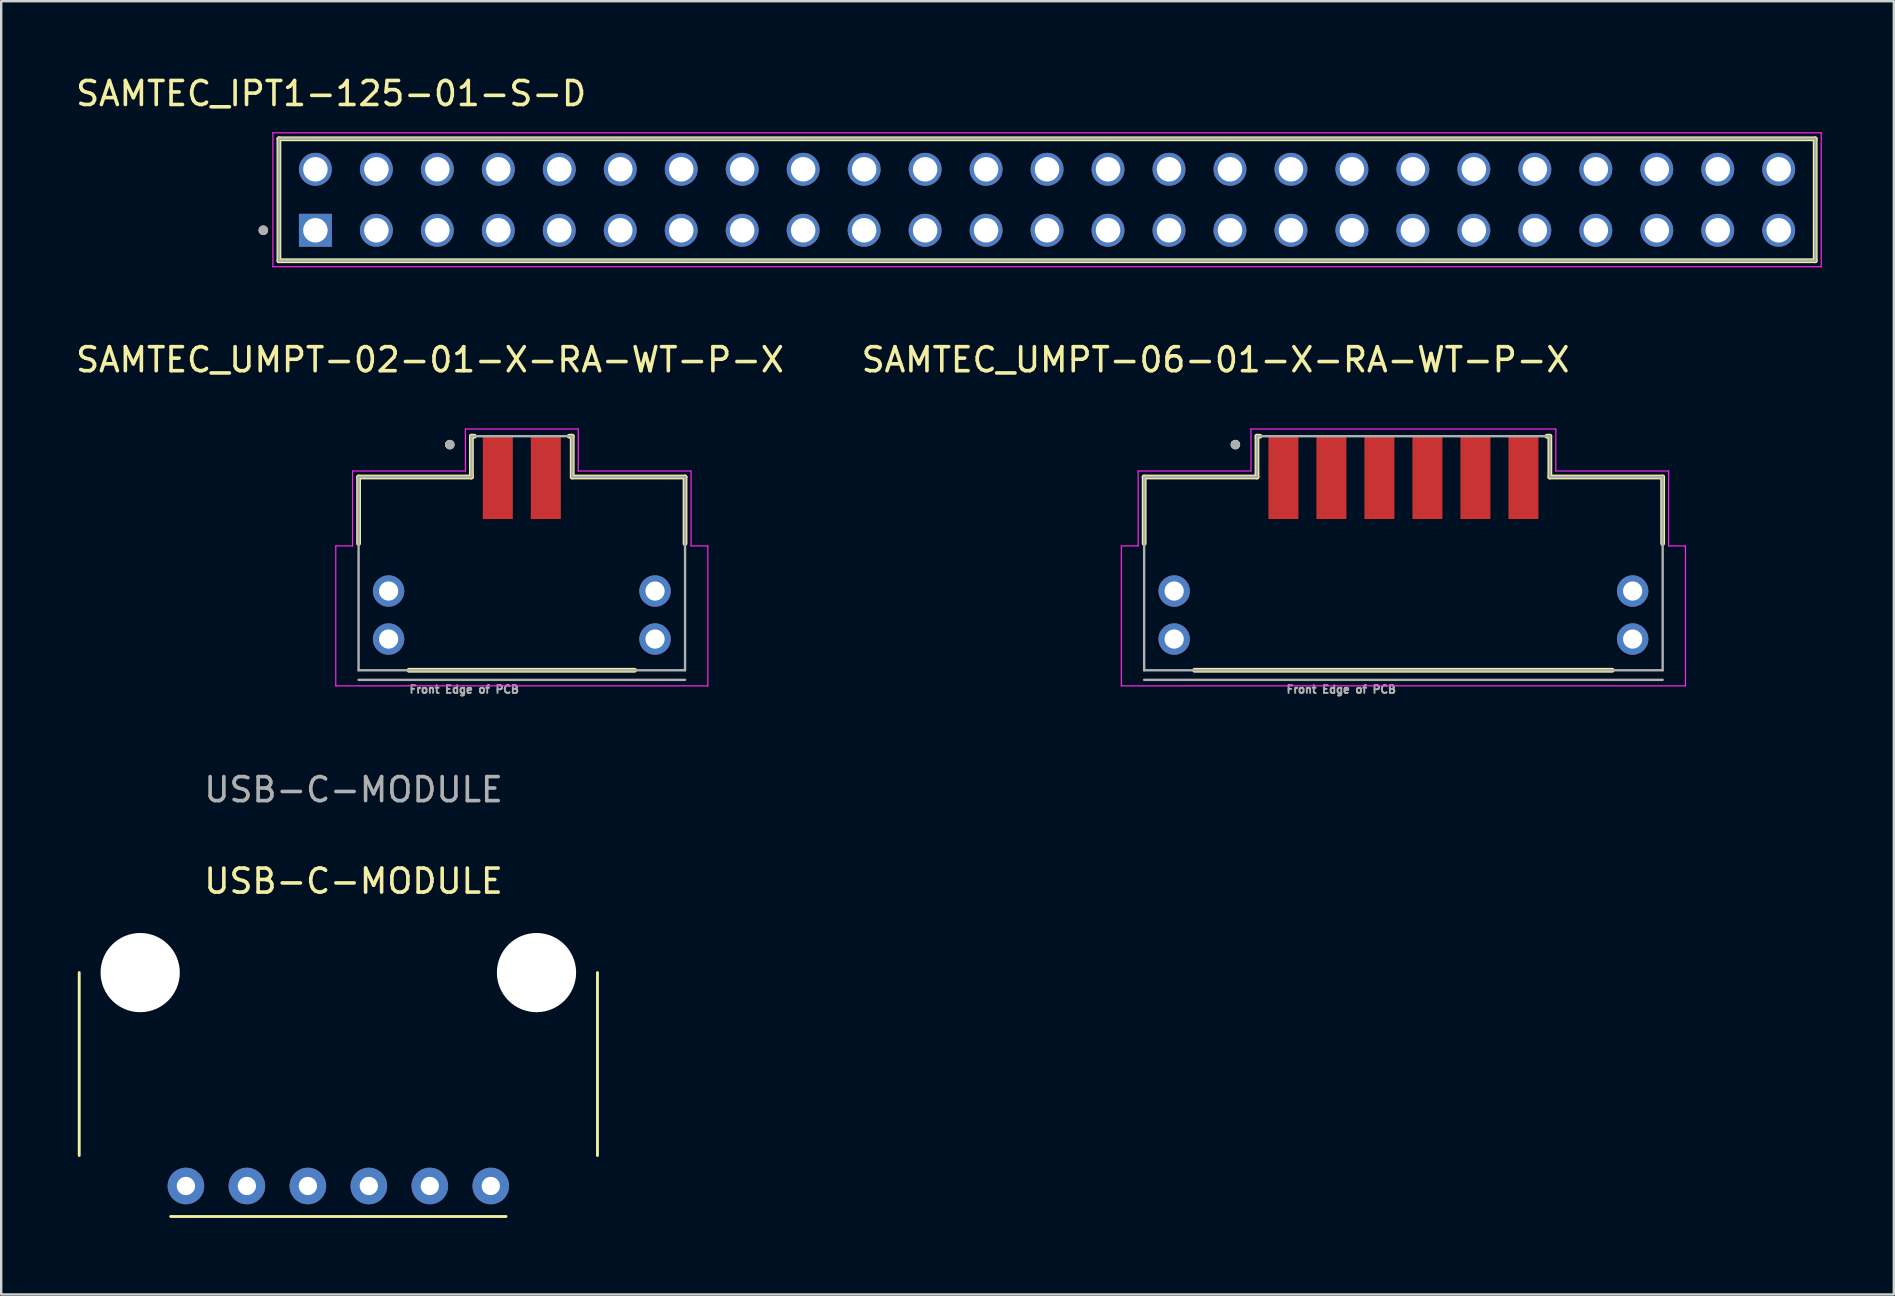
<source format=kicad_pcb>
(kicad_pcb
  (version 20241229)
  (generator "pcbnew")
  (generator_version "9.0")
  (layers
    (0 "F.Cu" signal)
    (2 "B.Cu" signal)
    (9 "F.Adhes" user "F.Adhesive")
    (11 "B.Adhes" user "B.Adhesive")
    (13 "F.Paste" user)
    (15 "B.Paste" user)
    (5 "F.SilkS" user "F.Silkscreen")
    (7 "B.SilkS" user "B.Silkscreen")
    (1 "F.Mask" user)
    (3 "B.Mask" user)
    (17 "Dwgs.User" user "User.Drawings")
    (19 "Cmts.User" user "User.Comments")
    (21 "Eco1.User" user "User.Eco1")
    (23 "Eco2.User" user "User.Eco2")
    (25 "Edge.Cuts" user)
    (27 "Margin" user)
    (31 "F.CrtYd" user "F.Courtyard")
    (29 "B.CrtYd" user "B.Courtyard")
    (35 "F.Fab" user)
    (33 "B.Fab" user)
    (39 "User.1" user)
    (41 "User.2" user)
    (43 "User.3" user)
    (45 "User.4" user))
  (footprint "SAMTEC_UMPT-02-01-X-RA-WT-P-X"
    (layer "F.Cu")
    (at 18.688 22.572)
    (property "Reference" "SAMTEC_UMPT-02-01-X-RA-WT-P-X" (at -3.825 -10.635 0) (layer "F.SilkS") (effects (font (size 1 1) (thickness 0.15))))
    (attr through_hole)
    (fp_line (start -6.8 -5.75) (end -6.8 -2.98) (stroke (width 0.2) (type solid)) (layer "F.SilkS"))
    (fp_line (start -6.8 -5.75) (end -2.1 -5.75) (stroke (width 0.2) (type solid)) (layer "F.SilkS"))
    (fp_line (start -2.1 -7.45) (end -1.975 -7.45) (stroke (width 0.2) (type solid)) (layer "F.SilkS"))
    (fp_line (start -2.1 -5.75) (end -2.1 -7.45) (stroke (width 0.2) (type solid)) (layer "F.SilkS"))
    (fp_line (start 1.975 -7.45) (end 2.1 -7.45) (stroke (width 0.2) (type solid)) (layer "F.SilkS"))
    (fp_line (start 2.1 -7.45) (end 2.1 -5.75) (stroke (width 0.2) (type solid)) (layer "F.SilkS"))
    (fp_line (start 2.1 -5.75) (end 6.8 -5.75) (stroke (width 0.2) (type solid)) (layer "F.SilkS"))
    (fp_line (start 4.7 2.3) (end -4.7 2.3) (stroke (width 0.2) (type solid)) (layer "F.SilkS"))
    (fp_line (start 6.8 -5.75) (end 6.8 -2.98) (stroke (width 0.2) (type solid)) (layer "F.SilkS"))
    (fp_circle (center -3 -7.1) (end -2.9 -7.1) (stroke (width 0.2) (type solid)) (fill no) (layer "F.SilkS"))
    (fp_line (start -7.75 -2.88) (end -7.75 2.95) (stroke (width 0.05) (type solid)) (layer "F.CrtYd"))
    (fp_line (start -7.75 2.95) (end 7.75 2.95) (stroke (width 0.05) (type solid)) (layer "F.CrtYd"))
    (fp_line (start -7.05 -6) (end -2.35 -6) (stroke (width 0.05) (type solid)) (layer "F.CrtYd"))
    (fp_line (start -7.05 -2.88) (end -7.75 -2.88) (stroke (width 0.05) (type solid)) (layer "F.CrtYd"))
    (fp_line (start -7.05 -2.88) (end -7.05 -6) (stroke (width 0.05) (type solid)) (layer "F.CrtYd"))
    (fp_line (start -2.35 -7.75) (end 2.35 -7.75) (stroke (width 0.05) (type solid)) (layer "F.CrtYd"))
    (fp_line (start -2.35 -6) (end -2.35 -7.75) (stroke (width 0.05) (type solid)) (layer "F.CrtYd"))
    (fp_line (start 2.35 -7.75) (end 2.35 -6) (stroke (width 0.05) (type solid)) (layer "F.CrtYd"))
    (fp_line (start 2.35 -6) (end 7.05 -6) (stroke (width 0.05) (type solid)) (layer "F.CrtYd"))
    (fp_line (start 7.05 -6) (end 7.05 -2.88) (stroke (width 0.05) (type solid)) (layer "F.CrtYd"))
    (fp_line (start 7.05 -2.88) (end 7.75 -2.88) (stroke (width 0.05) (type solid)) (layer "F.CrtYd"))
    (fp_line (start 7.75 -2.88) (end 7.75 2.95) (stroke (width 0.05) (type solid)) (layer "F.CrtYd"))
    (fp_line (start -6.8 -5.75) (end -2.1 -5.75) (stroke (width 0.1) (type solid)) (layer "F.Fab"))
    (fp_line (start -6.8 2.3) (end -6.8 -5.75) (stroke (width 0.1) (type solid)) (layer "F.Fab"))
    (fp_line (start -6.8 2.7) (end 6.8 2.7) (stroke (width 0.1) (type solid)) (layer "F.Fab"))
    (fp_line (start -2.1 -7.45) (end 2.1 -7.45) (stroke (width 0.1) (type solid)) (layer "F.Fab"))
    (fp_line (start -2.1 -5.75) (end -2.1 -7.45) (stroke (width 0.1) (type solid)) (layer "F.Fab"))
    (fp_line (start 2.1 -7.45) (end 2.1 -5.75) (stroke (width 0.1) (type solid)) (layer "F.Fab"))
    (fp_line (start 2.1 -5.75) (end 6.8 -5.75) (stroke (width 0.1) (type solid)) (layer "F.Fab"))
    (fp_line (start 6.8 -5.75) (end 6.8 2.3) (stroke (width 0.1) (type solid)) (layer "F.Fab"))
    (fp_line (start 6.8 2.3) (end -6.8 2.3) (stroke (width 0.1) (type solid)) (layer "F.Fab"))
    (fp_circle (center -3 -7.1) (end -2.9 -7.1) (stroke (width 0.2) (type solid)) (fill no) (layer "F.Fab"))
    (fp_text user "Front Edge of PCB" (at -2.4 3.1 0) (layer "F.Fab") (effects (font (size 0.32 0.32) (thickness 0.15))))
    (pad "01" smd rect (at -1 -5.75) (size 1.25 3.5) (layers "F.Cu" "F.Mask" "F.Paste"))
    (pad "02" smd rect (at 1 -5.75) (size 1.25 3.5) (layers "F.Cu" "F.Mask" "F.Paste"))
    (pad "S1" thru_hole circle (at -5.55 -1) (size 1.308 1.308) (drill 0.8) (layers "*.Cu" "*.Mask"))
    (pad "S2" thru_hole circle (at -5.55 1) (size 1.308 1.308) (drill 0.8) (layers "*.Cu" "*.Mask"))
    (pad "S3" thru_hole circle (at 5.55 -1) (size 1.308 1.308) (drill 0.8) (layers "*.Cu" "*.Mask"))
    (pad "S4" thru_hole circle (at 5.55 1) (size 1.308 1.308) (drill 0.8) (layers "*.Cu" "*.Mask")))
  (footprint "SAMTEC_UMPT-06-01-X-RA-WT-P-X"
    (layer "F.Cu")
    (at 55.414 22.572)
    (property "Reference" "SAMTEC_UMPT-06-01-X-RA-WT-P-X" (at -7.825 -10.635 0) (layer "F.SilkS") (effects (font (size 1 1) (thickness 0.15))))
    (attr through_hole)
    (fp_line (start -10.8 -5.75) (end -10.8 -2.98) (stroke (width 0.2) (type solid)) (layer "F.SilkS"))
    (fp_line (start -10.8 -5.75) (end -6.1 -5.75) (stroke (width 0.2) (type solid)) (layer "F.SilkS"))
    (fp_line (start -6.1 -7.45) (end -5.975 -7.45) (stroke (width 0.2) (type solid)) (layer "F.SilkS"))
    (fp_line (start -6.1 -5.75) (end -6.1 -7.45) (stroke (width 0.2) (type solid)) (layer "F.SilkS"))
    (fp_line (start 5.975 -7.45) (end 6.1 -7.45) (stroke (width 0.2) (type solid)) (layer "F.SilkS"))
    (fp_line (start 6.1 -7.45) (end 6.1 -5.75) (stroke (width 0.2) (type solid)) (layer "F.SilkS"))
    (fp_line (start 6.1 -5.75) (end 10.8 -5.75) (stroke (width 0.2) (type solid)) (layer "F.SilkS"))
    (fp_line (start 8.7 2.3) (end -8.7 2.3) (stroke (width 0.2) (type solid)) (layer "F.SilkS"))
    (fp_line (start 10.8 -5.75) (end 10.8 -2.98) (stroke (width 0.2) (type solid)) (layer "F.SilkS"))
    (fp_circle (center -7 -7.1) (end -6.9 -7.1) (stroke (width 0.2) (type solid)) (fill no) (layer "F.SilkS"))
    (fp_line (start -11.75 -2.88) (end -11.75 2.95) (stroke (width 0.05) (type solid)) (layer "F.CrtYd"))
    (fp_line (start -11.75 2.95) (end 11.75 2.95) (stroke (width 0.05) (type solid)) (layer "F.CrtYd"))
    (fp_line (start -11.05 -6) (end -6.35 -6) (stroke (width 0.05) (type solid)) (layer "F.CrtYd"))
    (fp_line (start -11.05 -2.88) (end -11.75 -2.88) (stroke (width 0.05) (type solid)) (layer "F.CrtYd"))
    (fp_line (start -11.05 -2.88) (end -11.05 -6) (stroke (width 0.05) (type solid)) (layer "F.CrtYd"))
    (fp_line (start -6.35 -7.75) (end 6.35 -7.75) (stroke (width 0.05) (type solid)) (layer "F.CrtYd"))
    (fp_line (start -6.35 -6) (end -6.35 -7.75) (stroke (width 0.05) (type solid)) (layer "F.CrtYd"))
    (fp_line (start 6.35 -7.75) (end 6.35 -6) (stroke (width 0.05) (type solid)) (layer "F.CrtYd"))
    (fp_line (start 6.35 -6) (end 11.05 -6) (stroke (width 0.05) (type solid)) (layer "F.CrtYd"))
    (fp_line (start 11.05 -6) (end 11.05 -2.88) (stroke (width 0.05) (type solid)) (layer "F.CrtYd"))
    (fp_line (start 11.05 -2.88) (end 11.75 -2.88) (stroke (width 0.05) (type solid)) (layer "F.CrtYd"))
    (fp_line (start 11.75 -2.88) (end 11.75 2.95) (stroke (width 0.05) (type solid)) (layer "F.CrtYd"))
    (fp_line (start -10.8 -5.75) (end -6.1 -5.75) (stroke (width 0.1) (type solid)) (layer "F.Fab"))
    (fp_line (start -10.8 2.3) (end -10.8 -5.75) (stroke (width 0.1) (type solid)) (layer "F.Fab"))
    (fp_line (start -10.8 2.7) (end 10.8 2.7) (stroke (width 0.1) (type solid)) (layer "F.Fab"))
    (fp_line (start -6.1 -7.45) (end 6.1 -7.45) (stroke (width 0.1) (type solid)) (layer "F.Fab"))
    (fp_line (start -6.1 -5.75) (end -6.1 -7.45) (stroke (width 0.1) (type solid)) (layer "F.Fab"))
    (fp_line (start 6.1 -7.45) (end 6.1 -5.75) (stroke (width 0.1) (type solid)) (layer "F.Fab"))
    (fp_line (start 6.1 -5.75) (end 10.8 -5.75) (stroke (width 0.1) (type solid)) (layer "F.Fab"))
    (fp_line (start 10.8 -5.75) (end 10.8 2.3) (stroke (width 0.1) (type solid)) (layer "F.Fab"))
    (fp_line (start 10.8 2.3) (end -10.8 2.3) (stroke (width 0.1) (type solid)) (layer "F.Fab"))
    (fp_circle (center -7 -7.1) (end -6.9 -7.1) (stroke (width 0.2) (type solid)) (fill no) (layer "F.Fab"))
    (fp_text user "Front Edge of PCB" (at -2.59 3.1 0) (layer "F.Fab") (effects (font (size 0.32 0.32) (thickness 0.15))))
    (pad "01" smd rect (at -5 -5.75) (size 1.25 3.5) (layers "F.Cu" "F.Mask" "F.Paste"))
    (pad "02" smd rect (at -3 -5.75) (size 1.25 3.5) (layers "F.Cu" "F.Mask" "F.Paste"))
    (pad "03" smd rect (at -1 -5.75) (size 1.25 3.5) (layers "F.Cu" "F.Mask" "F.Paste"))
    (pad "04" smd rect (at 1 -5.75) (size 1.25 3.5) (layers "F.Cu" "F.Mask" "F.Paste"))
    (pad "05" smd rect (at 3 -5.75) (size 1.25 3.5) (layers "F.Cu" "F.Mask" "F.Paste"))
    (pad "06" smd rect (at 5 -5.75) (size 1.25 3.5) (layers "F.Cu" "F.Mask" "F.Paste"))
    (pad "S1" thru_hole circle (at -9.55 -1) (size 1.308 1.308) (drill 0.8) (layers "*.Cu" "*.Mask"))
    (pad "S2" thru_hole circle (at -9.55 1) (size 1.308 1.308) (drill 0.8) (layers "*.Cu" "*.Mask"))
    (pad "S3" thru_hole circle (at 9.55 -1) (size 1.308 1.308) (drill 0.8) (layers "*.Cu" "*.Mask"))
    (pad "S4" thru_hole circle (at 9.55 1) (size 1.308 1.308) (drill 0.8) (layers "*.Cu" "*.Mask")))
  (footprint "USB-C-MODULE"
    (layer "F.Cu")
    (at 0.25 47.627)
    (property "Reference" "USB-C-MODULE" (at 11.43 -13.97 0) (unlocked yes) (layer "F.SilkS") (effects (font (size 1 1) (thickness 0.15))))
    (attr through_hole)
    (fp_line (start 0 -10.16) (end 0 -2.54) (stroke (width 0.12) (type solid)) (layer "F.SilkS"))
    (fp_line (start 17.78 0) (end 3.81 0) (stroke (width 0.12) (type solid)) (layer "F.SilkS"))
    (fp_line (start 21.59 -10.16) (end 21.59 -2.54) (stroke (width 0.12) (type solid)) (layer "F.SilkS"))
    (fp_text user "${REFERENCE}" (at 11.43 -17.78 0) (unlocked yes) (layer "F.Fab") (effects (font (size 1 1) (thickness 0.15))))
    (pad "" np_thru_hole circle (at 2.54 -10.16) (size 3.3 3.3) (drill 3.3) (layers "*.Cu" "*.Mask"))
    (pad "" np_thru_hole circle (at 19.05 -10.16) (size 3.3 3.3) (drill 3.3) (layers "*.Cu" "*.Mask"))
    (pad "1" thru_hole circle (at 4.445 -1.27) (size 1.524 1.524) (drill 0.762) (layers "*.Cu" "*.Mask"))
    (pad "2" thru_hole circle (at 6.985 -1.27) (size 1.524 1.524) (drill 0.762) (layers "*.Cu" "*.Mask"))
    (pad "3" thru_hole circle (at 9.525 -1.27) (size 1.524 1.524) (drill 0.762) (layers "*.Cu" "*.Mask"))
    (pad "4" thru_hole circle (at 12.065 -1.27) (size 1.524 1.524) (drill 0.762) (layers "*.Cu" "*.Mask"))
    (pad "5" thru_hole circle (at 14.605 -1.27) (size 1.524 1.524) (drill 0.762) (layers "*.Cu" "*.Mask"))
    (pad "6" thru_hole circle (at 17.145 -1.27) (size 1.524 1.524) (drill 0.762) (layers "*.Cu" "*.Mask")))
  (footprint "SAMTEC_IPT1-125-01-S-D"
    (layer "F.Cu")
    (at 10.089 6.543)
    (property "Reference" "SAMTEC_IPT1-125-01-S-D" (at 0.655 -5.695 0) (layer "F.SilkS") (effects (font (size 1 1) (thickness 0.15))))
    (attr through_hole)
    (fp_line (start -1.52 1.27) (end -1.52 -3.81) (stroke (width 0.2) (type solid)) (layer "F.SilkS"))
    (fp_line (start 62.48 -3.81) (end -1.52 -3.81) (stroke (width 0.2) (type solid)) (layer "F.SilkS"))
    (fp_line (start 62.48 -3.81) (end 62.48 1.27) (stroke (width 0.2) (type solid)) (layer "F.SilkS"))
    (fp_line (start 62.48 1.27) (end -1.52 1.27) (stroke (width 0.2) (type solid)) (layer "F.SilkS"))
    (fp_circle (center -2.17 0) (end -2.07 0) (stroke (width 0.2) (type solid)) (fill no) (layer "F.SilkS"))
    (fp_line (start -1.77 -4.06) (end 62.73 -4.06) (stroke (width 0.05) (type solid)) (layer "F.CrtYd"))
    (fp_line (start -1.77 1.52) (end -1.77 -4.06) (stroke (width 0.05) (type solid)) (layer "F.CrtYd"))
    (fp_line (start 62.73 -4.06) (end 62.73 1.52) (stroke (width 0.05) (type solid)) (layer "F.CrtYd"))
    (fp_line (start 62.73 1.52) (end -1.77 1.52) (stroke (width 0.05) (type solid)) (layer "F.CrtYd"))
    (fp_line (start -1.52 -3.81) (end 62.48 -3.81) (stroke (width 0.1) (type solid)) (layer "F.Fab"))
    (fp_line (start -1.52 1.27) (end -1.52 -3.81) (stroke (width 0.1) (type solid)) (layer "F.Fab"))
    (fp_line (start 62.48 -3.81) (end 62.48 1.27) (stroke (width 0.1) (type solid)) (layer "F.Fab"))
    (fp_line (start 62.48 1.27) (end -1.52 1.27) (stroke (width 0.1) (type solid)) (layer "F.Fab"))
    (fp_circle (center -2.17 0) (end -2.07 0) (stroke (width 0.2) (type solid)) (fill no) (layer "F.Fab"))
    (pad "01" thru_hole rect (at 0 0) (size 1.37 1.37) (drill 1.02) (layers "*.Cu" "*.Mask"))
    (pad "02" thru_hole circle (at 0 -2.54) (size 1.37 1.37) (drill 1.02) (layers "*.Cu" "*.Mask"))
    (pad "03" thru_hole circle (at 2.54 0) (size 1.37 1.37) (drill 1.02) (layers "*.Cu" "*.Mask"))
    (pad "04" thru_hole circle (at 2.54 -2.54) (size 1.37 1.37) (drill 1.02) (layers "*.Cu" "*.Mask"))
    (pad "05" thru_hole circle (at 5.08 0) (size 1.37 1.37) (drill 1.02) (layers "*.Cu" "*.Mask"))
    (pad "06" thru_hole circle (at 5.08 -2.54) (size 1.37 1.37) (drill 1.02) (layers "*.Cu" "*.Mask"))
    (pad "07" thru_hole circle (at 7.62 0) (size 1.37 1.37) (drill 1.02) (layers "*.Cu" "*.Mask"))
    (pad "08" thru_hole circle (at 7.62 -2.54) (size 1.37 1.37) (drill 1.02) (layers "*.Cu" "*.Mask"))
    (pad "09" thru_hole circle (at 10.16 0) (size 1.37 1.37) (drill 1.02) (layers "*.Cu" "*.Mask"))
    (pad "10" thru_hole circle (at 10.16 -2.54) (size 1.37 1.37) (drill 1.02) (layers "*.Cu" "*.Mask"))
    (pad "11" thru_hole circle (at 12.7 0) (size 1.37 1.37) (drill 1.02) (layers "*.Cu" "*.Mask"))
    (pad "12" thru_hole circle (at 12.7 -2.54) (size 1.37 1.37) (drill 1.02) (layers "*.Cu" "*.Mask"))
    (pad "13" thru_hole circle (at 15.24 0) (size 1.37 1.37) (drill 1.02) (layers "*.Cu" "*.Mask"))
    (pad "14" thru_hole circle (at 15.24 -2.54) (size 1.37 1.37) (drill 1.02) (layers "*.Cu" "*.Mask"))
    (pad "15" thru_hole circle (at 17.78 0) (size 1.37 1.37) (drill 1.02) (layers "*.Cu" "*.Mask"))
    (pad "16" thru_hole circle (at 17.78 -2.54) (size 1.37 1.37) (drill 1.02) (layers "*.Cu" "*.Mask"))
    (pad "17" thru_hole circle (at 20.32 0) (size 1.37 1.37) (drill 1.02) (layers "*.Cu" "*.Mask"))
    (pad "18" thru_hole circle (at 20.32 -2.54) (size 1.37 1.37) (drill 1.02) (layers "*.Cu" "*.Mask"))
    (pad "19" thru_hole circle (at 22.86 0) (size 1.37 1.37) (drill 1.02) (layers "*.Cu" "*.Mask"))
    (pad "20" thru_hole circle (at 22.86 -2.54) (size 1.37 1.37) (drill 1.02) (layers "*.Cu" "*.Mask"))
    (pad "21" thru_hole circle (at 25.4 0) (size 1.37 1.37) (drill 1.02) (layers "*.Cu" "*.Mask"))
    (pad "22" thru_hole circle (at 25.4 -2.54) (size 1.37 1.37) (drill 1.02) (layers "*.Cu" "*.Mask"))
    (pad "23" thru_hole circle (at 27.94 0) (size 1.37 1.37) (drill 1.02) (layers "*.Cu" "*.Mask"))
    (pad "24" thru_hole circle (at 27.94 -2.54) (size 1.37 1.37) (drill 1.02) (layers "*.Cu" "*.Mask"))
    (pad "25" thru_hole circle (at 30.48 0) (size 1.37 1.37) (drill 1.02) (layers "*.Cu" "*.Mask"))
    (pad "26" thru_hole circle (at 30.48 -2.54) (size 1.37 1.37) (drill 1.02) (layers "*.Cu" "*.Mask"))
    (pad "27" thru_hole circle (at 33.02 0) (size 1.37 1.37) (drill 1.02) (layers "*.Cu" "*.Mask"))
    (pad "28" thru_hole circle (at 33.02 -2.54) (size 1.37 1.37) (drill 1.02) (layers "*.Cu" "*.Mask"))
    (pad "29" thru_hole circle (at 35.56 0) (size 1.37 1.37) (drill 1.02) (layers "*.Cu" "*.Mask"))
    (pad "30" thru_hole circle (at 35.56 -2.54) (size 1.37 1.37) (drill 1.02) (layers "*.Cu" "*.Mask"))
    (pad "31" thru_hole circle (at 38.1 0) (size 1.37 1.37) (drill 1.02) (layers "*.Cu" "*.Mask"))
    (pad "32" thru_hole circle (at 38.1 -2.54) (size 1.37 1.37) (drill 1.02) (layers "*.Cu" "*.Mask"))
    (pad "33" thru_hole circle (at 40.64 0) (size 1.37 1.37) (drill 1.02) (layers "*.Cu" "*.Mask"))
    (pad "34" thru_hole circle (at 40.64 -2.54) (size 1.37 1.37) (drill 1.02) (layers "*.Cu" "*.Mask"))
    (pad "35" thru_hole circle (at 43.18 0) (size 1.37 1.37) (drill 1.02) (layers "*.Cu" "*.Mask"))
    (pad "36" thru_hole circle (at 43.18 -2.54) (size 1.37 1.37) (drill 1.02) (layers "*.Cu" "*.Mask"))
    (pad "37" thru_hole circle (at 45.72 0) (size 1.37 1.37) (drill 1.02) (layers "*.Cu" "*.Mask"))
    (pad "38" thru_hole circle (at 45.72 -2.54) (size 1.37 1.37) (drill 1.02) (layers "*.Cu" "*.Mask"))
    (pad "39" thru_hole circle (at 48.26 0) (size 1.37 1.37) (drill 1.02) (layers "*.Cu" "*.Mask"))
    (pad "40" thru_hole circle (at 48.26 -2.54) (size 1.37 1.37) (drill 1.02) (layers "*.Cu" "*.Mask"))
    (pad "41" thru_hole circle (at 50.8 0) (size 1.37 1.37) (drill 1.02) (layers "*.Cu" "*.Mask"))
    (pad "42" thru_hole circle (at 50.8 -2.54) (size 1.37 1.37) (drill 1.02) (layers "*.Cu" "*.Mask"))
    (pad "43" thru_hole circle (at 53.34 0) (size 1.37 1.37) (drill 1.02) (layers "*.Cu" "*.Mask"))
    (pad "44" thru_hole circle (at 53.34 -2.54) (size 1.37 1.37) (drill 1.02) (layers "*.Cu" "*.Mask"))
    (pad "45" thru_hole circle (at 55.88 0) (size 1.37 1.37) (drill 1.02) (layers "*.Cu" "*.Mask"))
    (pad "46" thru_hole circle (at 55.88 -2.54) (size 1.37 1.37) (drill 1.02) (layers "*.Cu" "*.Mask"))
    (pad "47" thru_hole circle (at 58.42 0) (size 1.37 1.37) (drill 1.02) (layers "*.Cu" "*.Mask"))
    (pad "48" thru_hole circle (at 58.42 -2.54) (size 1.37 1.37) (drill 1.02) (layers "*.Cu" "*.Mask"))
    (pad "49" thru_hole circle (at 60.96 0) (size 1.37 1.37) (drill 1.02) (layers "*.Cu" "*.Mask"))
    (pad "50" thru_hole circle (at 60.96 -2.54) (size 1.37 1.37) (drill 1.02) (layers "*.Cu" "*.Mask")))
  (gr_rect
    (start -3 -3)
    (end 75.844 50.877)
    (stroke (width 0.1) (type default))
    (fill no)
    (layer "Edge.Cuts")))
</source>
